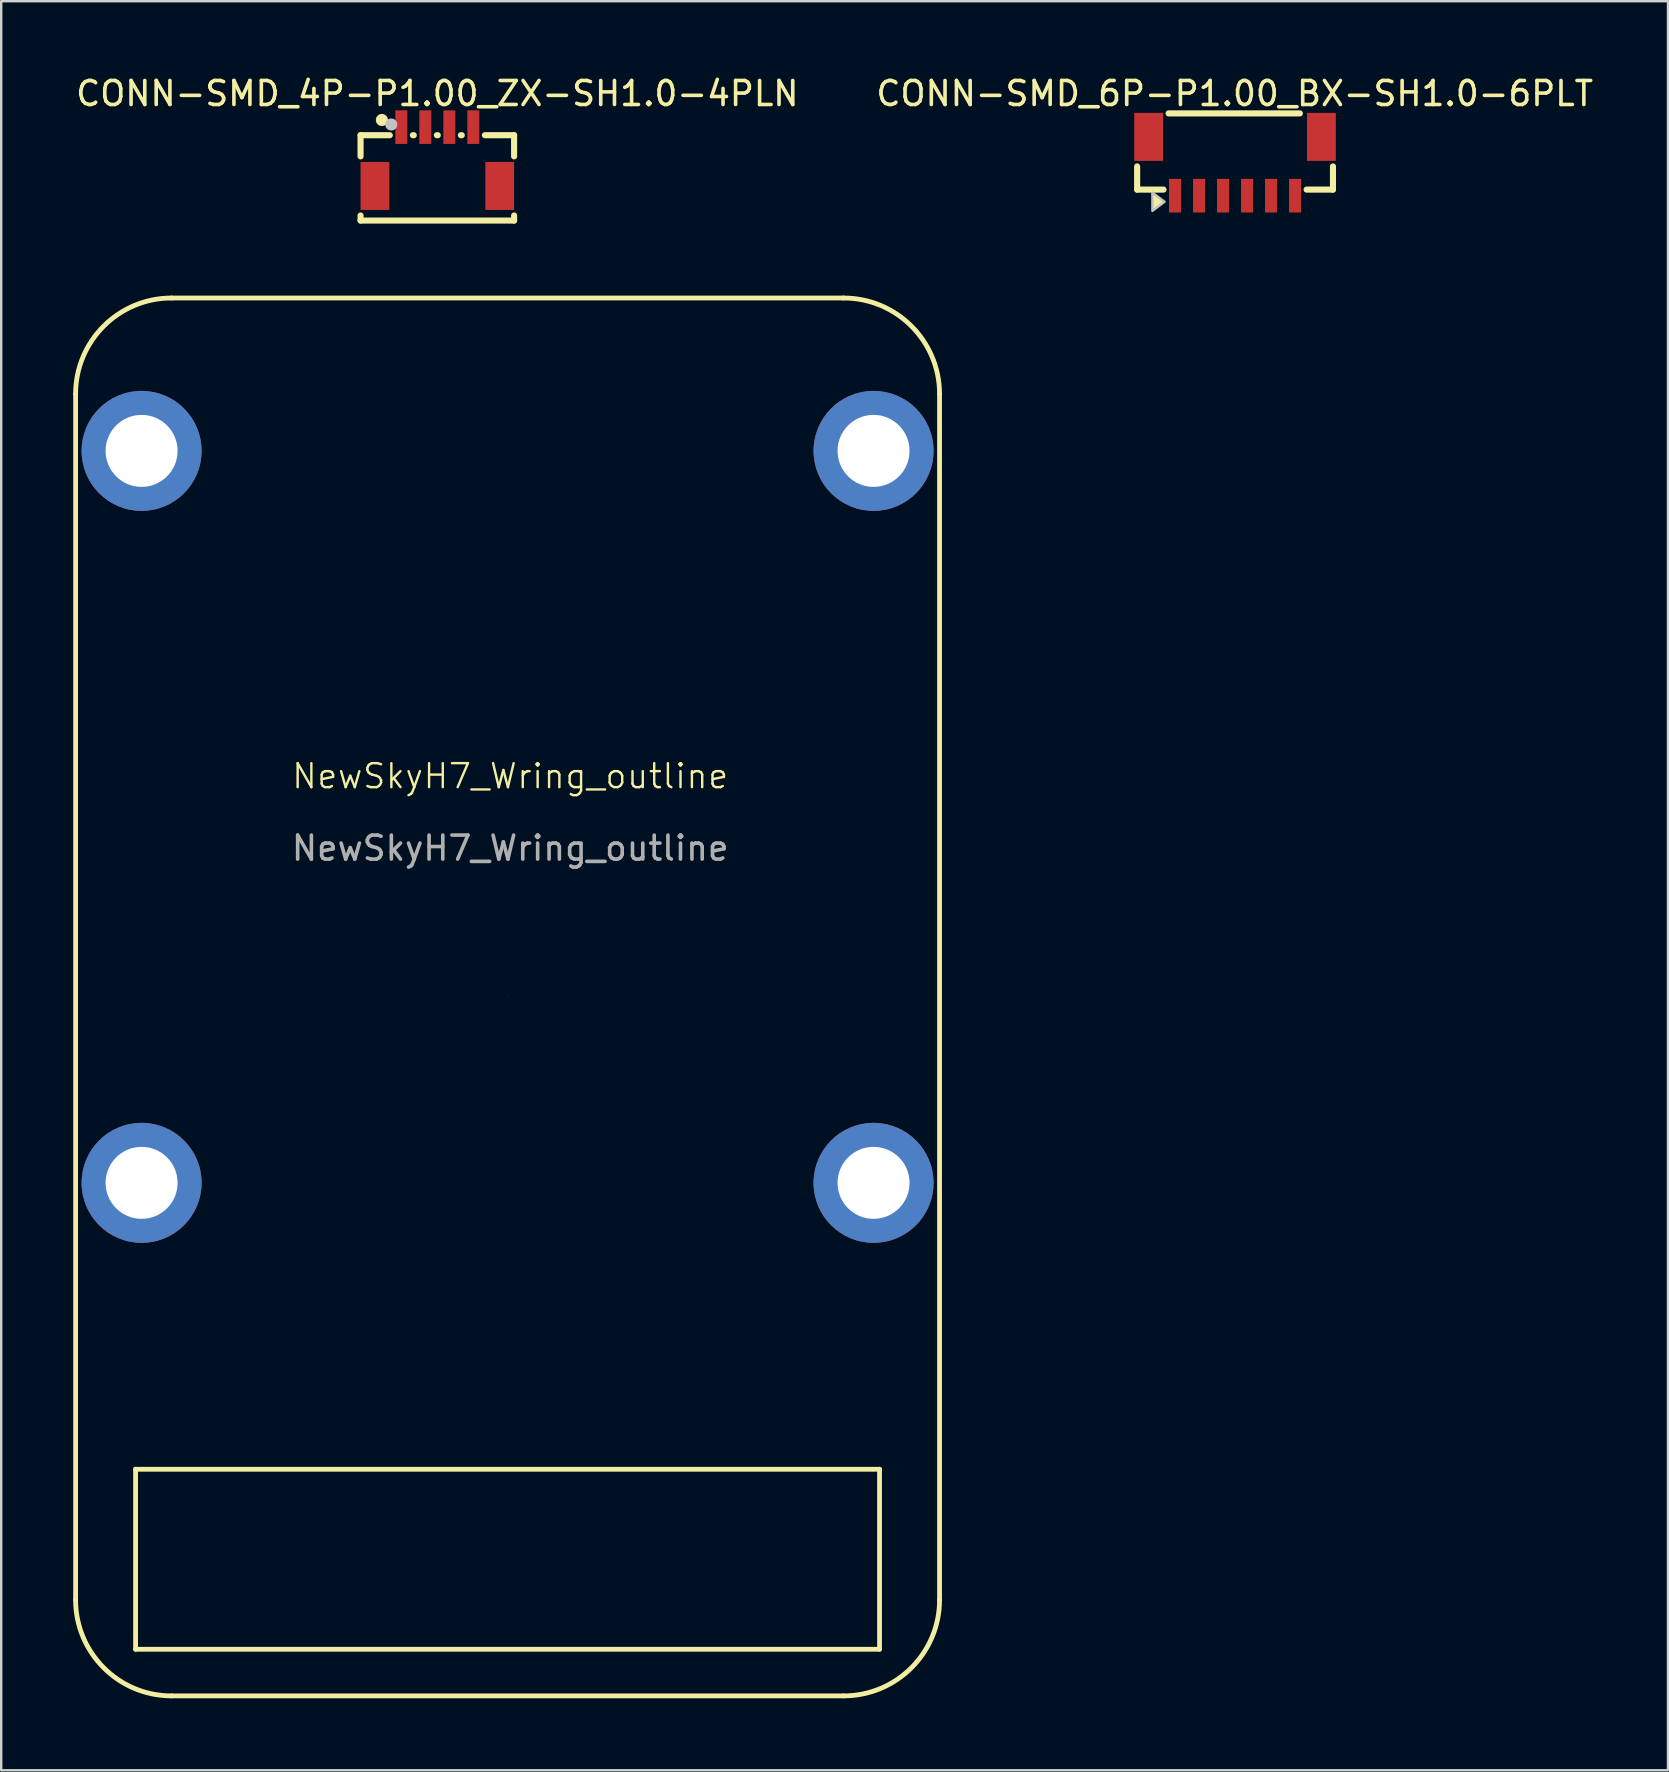
<source format=kicad_pcb>
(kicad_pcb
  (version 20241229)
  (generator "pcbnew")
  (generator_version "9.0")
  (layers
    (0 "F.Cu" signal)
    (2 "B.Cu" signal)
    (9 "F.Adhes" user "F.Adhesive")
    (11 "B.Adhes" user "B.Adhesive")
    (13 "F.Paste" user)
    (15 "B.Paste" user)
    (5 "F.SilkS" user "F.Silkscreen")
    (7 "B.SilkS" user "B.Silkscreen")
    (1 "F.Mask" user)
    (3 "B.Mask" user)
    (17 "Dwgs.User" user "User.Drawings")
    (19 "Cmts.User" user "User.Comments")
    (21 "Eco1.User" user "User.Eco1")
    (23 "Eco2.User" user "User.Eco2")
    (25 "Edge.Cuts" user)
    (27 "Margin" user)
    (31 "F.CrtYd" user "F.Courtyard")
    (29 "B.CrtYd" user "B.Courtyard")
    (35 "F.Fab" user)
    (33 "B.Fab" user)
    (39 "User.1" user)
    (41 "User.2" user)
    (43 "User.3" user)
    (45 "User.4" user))
  (footprint "CONN-SMD_6P-P1.00_BX-SH1.0-6PLT"
    (layer "F.Cu")
    (at 48.413 3.879)
    (property "Reference" "CONN-SMD_6P-P1.00_BX-SH1.0-6PLT" (at -0.014 -3.031 0) (layer "F.SilkS") (effects (font (size 1 1) (thickness 0.15))))
    (fp_line (start -4.08 0.971) (end -4.08 0.006) (stroke (width 0.254) (type default)) (layer "F.SilkS"))
    (fp_line (start -2.981 0.971) (end -4.08 0.971) (stroke (width 0.254) (type default)) (layer "F.SilkS"))
    (fp_line (start -2.769 -2.204) (end 2.7 -2.204) (stroke (width 0.254) (type default)) (layer "F.SilkS"))
    (fp_line (start 2.981 0.971) (end 4.08 0.971) (stroke (width 0.254) (type default)) (layer "F.SilkS"))
    (fp_line (start 4.08 0.971) (end 4.08 0.006) (stroke (width 0.254) (type default)) (layer "F.SilkS"))
    (fp_poly (pts (xy -2.937 1.479) (xy -3.445 1.098) (xy -3.445 1.86)) (stroke (width 0) (type default)) (fill yes) (layer "F.SilkS"))
    (fp_poly (pts (xy -2.937 1.479) (xy -3.445 1.098) (xy -3.445 1.86)) (stroke (width 0.1) (type default)) (fill no) (layer "Dwgs.User"))
    (fp_poly (pts (xy -3.7 -1.725) (xy -3.5 -1.725) (xy -3.5 -0.725) (xy -3.7 -0.725)) (stroke (width 0.1) (type default)) (fill no) (layer "User.1"))
    (fp_poly (pts (xy -2.6 0.51) (xy -2.4 0.51) (xy -2.4 1.51) (xy -2.6 1.51)) (stroke (width 0.1) (type default)) (fill no) (layer "User.1"))
    (fp_poly (pts (xy -1.6 0.51) (xy -1.4 0.51) (xy -1.4 1.51) (xy -1.6 1.51)) (stroke (width 0.1) (type default)) (fill no) (layer "User.1"))
    (fp_poly (pts (xy -0.6 0.51) (xy -0.4 0.51) (xy -0.4 1.51) (xy -0.6 1.51)) (stroke (width 0.1) (type default)) (fill no) (layer "User.1"))
    (fp_poly (pts (xy 0.4 0.51) (xy 0.6 0.51) (xy 0.6 1.51) (xy 0.4 1.51)) (stroke (width 0.1) (type default)) (fill no) (layer "User.1"))
    (fp_poly (pts (xy 1.4 0.51) (xy 1.6 0.51) (xy 1.6 1.51) (xy 1.4 1.51)) (stroke (width 0.1) (type default)) (fill no) (layer "User.1"))
    (fp_poly (pts (xy 2.4 0.51) (xy 2.6 0.51) (xy 2.6 1.51) (xy 2.4 1.51)) (stroke (width 0.1) (type default)) (fill no) (layer "User.1"))
    (fp_poly (pts (xy 3.5 -1.725) (xy 3.7 -1.725) (xy 3.7 -0.725) (xy 3.5 -0.725)) (stroke (width 0.1) (type default)) (fill no) (layer "User.1"))
    (fp_line (start -4.175 -2.225) (end 4.175 -2.225) (stroke (width 0.051) (type default)) (layer "User.2"))
    (fp_line (start -4.175 0.825) (end -4.175 -2.225) (stroke (width 0.051) (type default)) (layer "User.2"))
    (fp_line (start 4.175 -2.225) (end 4.175 0.825) (stroke (width 0.051) (type default)) (layer "User.2"))
    (fp_line (start 4.175 0.825) (end -4.175 0.825) (stroke (width 0.051) (type default)) (layer "User.2"))
    (fp_poly (pts (xy -4.115 1.51) (xy -4.133 1.468) (xy -4.175 1.45) (xy -4.217 1.468) (xy -4.235 1.51) (xy -4.217 1.552) (xy -4.175 1.57) (xy -4.133 1.552)) (stroke (width 0.1) (type default)) (fill no) (layer "User.3"))
    (pad "1" smd rect (at -2.5 1.225) (size 0.5 1.4) (layers "F.Cu" "F.Mask" "F.Paste"))
    (pad "2" smd rect (at -1.5 1.225) (size 0.5 1.4) (layers "F.Cu" "F.Mask" "F.Paste"))
    (pad "3" smd rect (at -0.5 1.225) (size 0.5 1.4) (layers "F.Cu" "F.Mask" "F.Paste"))
    (pad "4" smd rect (at 0.5 1.225) (size 0.5 1.4) (layers "F.Cu" "F.Mask" "F.Paste"))
    (pad "5" smd rect (at 1.5 1.225) (size 0.5 1.4) (layers "F.Cu" "F.Mask" "F.Paste"))
    (pad "6" smd rect (at 2.5 1.225) (size 0.5 1.4) (layers "F.Cu" "F.Mask" "F.Paste"))
    (pad "MP" smd rect (at -3.6 -1.225) (size 1.2 2) (layers "F.Cu" "F.Mask" "F.Paste"))
    (pad "MP" smd rect (at 3.6 -1.225) (size 1.2 2) (layers "F.Cu" "F.Mask" "F.Paste")))
  (footprint "NewSkyH7_Wring_outline"
    (layer "F.Cu")
    (at 18.21 29.792)
    (property "Reference" "NewSkyH7_Wring_outline" (at 0 -0.5 0) (unlocked yes) (layer "F.SilkS") (effects (font (size 1 1) (thickness 0.1))))
    (attr through_hole)
    (fp_line (start -18.11 -16.425) (end -18.11 33.823) (stroke (width 0.2) (type default)) (layer "F.SilkS"))
    (fp_line (start -15.61 28.38) (end 15.39 28.38) (stroke (width 0.2) (type default)) (layer "F.SilkS"))
    (fp_line (start -15.61 35.88) (end -15.61 28.38) (stroke (width 0.2) (type default)) (layer "F.SilkS"))
    (fp_line (start -15.61 35.88) (end 15.39 35.88) (stroke (width 0.2) (type default)) (layer "F.SilkS"))
    (fp_line (start -14.11 -20.425) (end 13.89 -20.425) (stroke (width 0.2) (type default)) (layer "F.SilkS"))
    (fp_line (start -14.11 37.823) (end 13.89 37.823) (stroke (width 0.2) (type default)) (layer "F.SilkS"))
    (fp_line (start 15.39 28.38) (end 15.39 35.88) (stroke (width 0.2) (type default)) (layer "F.SilkS"))
    (fp_line (start 17.89 -16.425) (end 17.89 33.823) (stroke (width 0.2) (type default)) (layer "F.SilkS"))
    (fp_arc (start -18.11 -16.424546) (mid -16.938427 -19.252973) (end -14.11 -20.424546) (stroke (width 0.2) (type default)) (layer "F.SilkS"))
    (fp_arc (start -14.11 37.823454) (mid -16.938427 36.651881) (end -18.11 33.823454) (stroke (width 0.2) (type default)) (layer "F.SilkS"))
    (fp_arc (start 13.89 -20.424546) (mid 16.718427 -19.252973) (end 17.89 -16.424546) (stroke (width 0.2) (type default)) (layer "F.SilkS"))
    (fp_arc (start 17.89 33.823454) (mid 16.718427 36.651881) (end 13.89 37.823454) (stroke (width 0.2) (type default)) (layer "F.SilkS"))
    (fp_circle (center -0.11 8.699) (end -0.1 8.699) (stroke (width 0.0001) (type default)) (fill yes) (layer "F.SilkS"))
    (fp_text user "${REFERENCE}" (at 0 2.5 0) (unlocked yes) (layer "F.Fab") (effects (font (size 1 1) (thickness 0.15))))
    (pad "" thru_hole circle (at -15.36 -14.054) (size 5 5) (drill 3) (layers "*.Cu" "*.Mask"))
    (pad "" thru_hole circle (at -15.36 16.446) (size 5 5) (drill 3) (layers "*.Cu" "*.Mask"))
    (pad "" thru_hole circle (at 15.14 -14.054) (size 5 5) (drill 3) (layers "*.Cu" "*.Mask"))
    (pad "" thru_hole circle (at 15.14 16.446) (size 5 5) (drill 3) (layers "*.Cu" "*.Mask")))
  (footprint "CONN-SMD_4P-P1.00_ZX-SH1.0-4PLN"
    (layer "F.Cu")
    (at 15.173 3.473)
    (property "Reference" "CONN-SMD_4P-P1.00_ZX-SH1.0-4PLN" (at 0 -2.625 0) (layer "F.SilkS") (effects (font (size 1 1) (thickness 0.15))))
    (fp_line (start -3.199 -0.889) (end -3.199 -0.006) (stroke (width 0.254) (type default)) (layer "F.SilkS"))
    (fp_line (start -3.199 -0.889) (end -1.981 -0.889) (stroke (width 0.254) (type default)) (layer "F.SilkS"))
    (fp_line (start -3.199 2.456) (end -3.199 2.667) (stroke (width 0.254) (type default)) (layer "F.SilkS"))
    (fp_line (start -3.199 2.667) (end 3.199 2.667) (stroke (width 0.254) (type default)) (layer "F.SilkS"))
    (fp_line (start -1.019 -0.889) (end -0.981 -0.889) (stroke (width 0.254) (type default)) (layer "F.SilkS"))
    (fp_line (start -0.019 -0.889) (end 0.019 -0.889) (stroke (width 0.254) (type default)) (layer "F.SilkS"))
    (fp_line (start 0.981 -0.889) (end 1.019 -0.889) (stroke (width 0.254) (type default)) (layer "F.SilkS"))
    (fp_line (start 1.981 -0.889) (end 3.199 -0.889) (stroke (width 0.254) (type default)) (layer "F.SilkS"))
    (fp_line (start 3.199 -0.889) (end 3.199 -0.006) (stroke (width 0.254) (type default)) (layer "F.SilkS"))
    (fp_line (start 3.199 2.456) (end 3.199 2.667) (stroke (width 0.254) (type default)) (layer "F.SilkS"))
    (fp_circle (center -2.31 -1.524) (end -2.183 -1.524) (stroke (width 0.254) (type default)) (fill no) (layer "F.SilkS"))
    (fp_circle (center -1.921 -1.335) (end -1.794 -1.335) (stroke (width 0.254) (type default)) (fill no) (layer "Dwgs.User"))
    (fp_poly (pts (xy -2.7 0.975) (xy -2.5 0.975) (xy -2.5 1.475) (xy -2.7 1.475)) (stroke (width 0.1) (type default)) (fill no) (layer "User.1"))
    (fp_poly (pts (xy -1.6 -1.514) (xy -1.4 -1.514) (xy -1.4 -0.714) (xy -1.6 -0.714)) (stroke (width 0.1) (type default)) (fill no) (layer "User.1"))
    (fp_poly (pts (xy -0.6 -1.514) (xy -0.4 -1.514) (xy -0.4 -0.714) (xy -0.6 -0.714)) (stroke (width 0.1) (type default)) (fill no) (layer "User.1"))
    (fp_poly (pts (xy 0.4 -1.514) (xy 0.6 -1.514) (xy 0.6 -0.714) (xy 0.4 -0.714)) (stroke (width 0.1) (type default)) (fill no) (layer "User.1"))
    (fp_poly (pts (xy 1.4 -1.514) (xy 1.6 -1.514) (xy 1.6 -0.714) (xy 1.4 -0.714)) (stroke (width 0.1) (type default)) (fill no) (layer "User.1"))
    (fp_poly (pts (xy 2.5 0.975) (xy 2.7 0.975) (xy 2.7 1.475) (xy 2.5 1.475)) (stroke (width 0.1) (type default)) (fill no) (layer "User.1"))
    (fp_line (start -3.175 -0.814) (end 3.175 -0.814) (stroke (width 0.051) (type default)) (layer "User.2"))
    (fp_line (start -3.175 2.236) (end -3.175 -0.814) (stroke (width 0.051) (type default)) (layer "User.2"))
    (fp_line (start 3.175 -0.814) (end 3.175 2.236) (stroke (width 0.051) (type default)) (layer "User.2"))
    (fp_line (start 3.175 2.236) (end -3.175 2.236) (stroke (width 0.051) (type default)) (layer "User.2"))
    (fp_poly (pts (xy -3.115 -1.514) (xy -3.133 -1.556) (xy -3.175 -1.573) (xy -3.217 -1.556) (xy -3.235 -1.514) (xy -3.217 -1.471) (xy -3.175 -1.454) (xy -3.133 -1.471)) (stroke (width 0.1) (type default)) (fill no) (layer "User.3"))
    (pad "1" smd rect (at -1.5 -1.225) (size 0.5 1.4) (layers "F.Cu" "F.Mask" "F.Paste"))
    (pad "2" smd rect (at -0.5 -1.225) (size 0.5 1.4) (layers "F.Cu" "F.Mask" "F.Paste"))
    (pad "3" smd rect (at 0.5 -1.225) (size 0.5 1.4) (layers "F.Cu" "F.Mask" "F.Paste"))
    (pad "4" smd rect (at 1.5 -1.225) (size 0.5 1.4) (layers "F.Cu" "F.Mask" "F.Paste"))
    (pad "MP" smd rect (at -2.6 1.225) (size 1.2 2) (layers "F.Cu" "F.Mask" "F.Paste"))
    (pad "MP" smd rect (at 2.6 1.225) (size 1.2 2) (layers "F.Cu" "F.Mask" "F.Paste")))
  (gr_rect
    (start -3 -3)
    (end 66.452 70.715)
    (stroke (width 0.1) (type default))
    (fill no)
    (layer "Edge.Cuts")))
</source>
